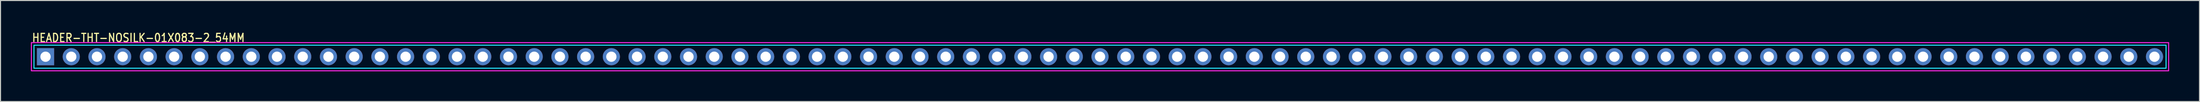
<source format=kicad_pcb>
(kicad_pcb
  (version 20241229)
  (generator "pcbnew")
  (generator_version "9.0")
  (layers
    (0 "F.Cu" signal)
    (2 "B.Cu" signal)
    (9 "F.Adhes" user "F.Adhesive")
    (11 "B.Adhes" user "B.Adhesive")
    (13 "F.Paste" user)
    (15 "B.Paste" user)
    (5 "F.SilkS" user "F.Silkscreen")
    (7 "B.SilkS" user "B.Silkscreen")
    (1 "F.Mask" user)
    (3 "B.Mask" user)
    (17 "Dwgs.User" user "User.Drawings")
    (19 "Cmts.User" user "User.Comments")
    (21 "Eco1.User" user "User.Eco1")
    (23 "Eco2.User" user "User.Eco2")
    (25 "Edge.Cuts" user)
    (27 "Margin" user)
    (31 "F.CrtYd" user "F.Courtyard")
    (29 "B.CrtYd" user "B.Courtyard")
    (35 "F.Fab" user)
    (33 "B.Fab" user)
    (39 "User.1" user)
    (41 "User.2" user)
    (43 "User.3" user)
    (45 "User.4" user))
  (footprint "HEADER-THT-NOSILK-01X083-2_54MM"
    (layer "F.Cu")
    (at 1.447 2.579)
    (property "Reference" "HEADER-THT-NOSILK-01X083-2_54MM" (at -1.4 -1.4 0) (unlocked yes) (layer "F.SilkS") (effects (font (size 0.813 0.695) (thickness 0.122)) (justify left bottom)))
    (fp_poly (pts (xy -1.143 -1.143) (xy 209.423 -1.143) (xy 209.423 1.143) (xy -1.143 1.143)) (stroke (width 0.1) (type solid)) (fill no) (layer "B.CrtYd"))
    (fp_poly (pts (xy -1.397 -1.397) (xy 209.677 -1.397) (xy 209.677 1.397) (xy -1.397 1.397)) (stroke (width 0.1) (type solid)) (fill no) (layer "F.CrtYd"))
    (pad "1" thru_hole rect (at 0 0) (size 1.693 1.693) (drill 1.016) (layers "*.Cu" "*.Mask"))
    (pad "2" thru_hole oval (at 2.54 0) (size 1.693 1.693) (drill 1.016) (layers "*.Cu" "*.Mask"))
    (pad "3" thru_hole oval (at 5.08 0) (size 1.693 1.693) (drill 1.016) (layers "*.Cu" "*.Mask"))
    (pad "4" thru_hole oval (at 7.62 0) (size 1.693 1.693) (drill 1.016) (layers "*.Cu" "*.Mask"))
    (pad "5" thru_hole oval (at 10.16 0) (size 1.693 1.693) (drill 1.016) (layers "*.Cu" "*.Mask"))
    (pad "6" thru_hole oval (at 12.7 0) (size 1.693 1.693) (drill 1.016) (layers "*.Cu" "*.Mask"))
    (pad "7" thru_hole oval (at 15.24 0) (size 1.693 1.693) (drill 1.016) (layers "*.Cu" "*.Mask"))
    (pad "8" thru_hole oval (at 17.78 0) (size 1.693 1.693) (drill 1.016) (layers "*.Cu" "*.Mask"))
    (pad "9" thru_hole oval (at 20.32 0) (size 1.693 1.693) (drill 1.016) (layers "*.Cu" "*.Mask"))
    (pad "10" thru_hole oval (at 22.86 0) (size 1.693 1.693) (drill 1.016) (layers "*.Cu" "*.Mask"))
    (pad "11" thru_hole oval (at 25.4 0) (size 1.693 1.693) (drill 1.016) (layers "*.Cu" "*.Mask"))
    (pad "12" thru_hole oval (at 27.94 0) (size 1.693 1.693) (drill 1.016) (layers "*.Cu" "*.Mask"))
    (pad "13" thru_hole oval (at 30.48 0) (size 1.693 1.693) (drill 1.016) (layers "*.Cu" "*.Mask"))
    (pad "14" thru_hole oval (at 33.02 0) (size 1.693 1.693) (drill 1.016) (layers "*.Cu" "*.Mask"))
    (pad "15" thru_hole oval (at 35.56 0) (size 1.693 1.693) (drill 1.016) (layers "*.Cu" "*.Mask"))
    (pad "16" thru_hole oval (at 38.1 0) (size 1.693 1.693) (drill 1.016) (layers "*.Cu" "*.Mask"))
    (pad "17" thru_hole oval (at 40.64 0) (size 1.693 1.693) (drill 1.016) (layers "*.Cu" "*.Mask"))
    (pad "18" thru_hole oval (at 43.18 0) (size 1.693 1.693) (drill 1.016) (layers "*.Cu" "*.Mask"))
    (pad "19" thru_hole oval (at 45.72 0) (size 1.693 1.693) (drill 1.016) (layers "*.Cu" "*.Mask"))
    (pad "20" thru_hole oval (at 48.26 0) (size 1.693 1.693) (drill 1.016) (layers "*.Cu" "*.Mask"))
    (pad "21" thru_hole oval (at 50.8 0) (size 1.693 1.693) (drill 1.016) (layers "*.Cu" "*.Mask"))
    (pad "22" thru_hole oval (at 53.34 0) (size 1.693 1.693) (drill 1.016) (layers "*.Cu" "*.Mask"))
    (pad "23" thru_hole oval (at 55.88 0) (size 1.693 1.693) (drill 1.016) (layers "*.Cu" "*.Mask"))
    (pad "24" thru_hole oval (at 58.42 0) (size 1.693 1.693) (drill 1.016) (layers "*.Cu" "*.Mask"))
    (pad "25" thru_hole oval (at 60.96 0) (size 1.693 1.693) (drill 1.016) (layers "*.Cu" "*.Mask"))
    (pad "26" thru_hole oval (at 63.5 0) (size 1.693 1.693) (drill 1.016) (layers "*.Cu" "*.Mask"))
    (pad "27" thru_hole oval (at 66.04 0) (size 1.693 1.693) (drill 1.016) (layers "*.Cu" "*.Mask"))
    (pad "28" thru_hole oval (at 68.58 0) (size 1.693 1.693) (drill 1.016) (layers "*.Cu" "*.Mask"))
    (pad "29" thru_hole oval (at 71.12 0) (size 1.693 1.693) (drill 1.016) (layers "*.Cu" "*.Mask"))
    (pad "30" thru_hole oval (at 73.66 0) (size 1.693 1.693) (drill 1.016) (layers "*.Cu" "*.Mask"))
    (pad "31" thru_hole oval (at 76.2 0) (size 1.693 1.693) (drill 1.016) (layers "*.Cu" "*.Mask"))
    (pad "32" thru_hole oval (at 78.74 0) (size 1.693 1.693) (drill 1.016) (layers "*.Cu" "*.Mask"))
    (pad "33" thru_hole oval (at 81.28 0) (size 1.693 1.693) (drill 1.016) (layers "*.Cu" "*.Mask"))
    (pad "34" thru_hole oval (at 83.82 0) (size 1.693 1.693) (drill 1.016) (layers "*.Cu" "*.Mask"))
    (pad "35" thru_hole oval (at 86.36 0) (size 1.693 1.693) (drill 1.016) (layers "*.Cu" "*.Mask"))
    (pad "36" thru_hole oval (at 88.9 0) (size 1.693 1.693) (drill 1.016) (layers "*.Cu" "*.Mask"))
    (pad "37" thru_hole oval (at 91.44 0) (size 1.693 1.693) (drill 1.016) (layers "*.Cu" "*.Mask"))
    (pad "38" thru_hole oval (at 93.98 0) (size 1.693 1.693) (drill 1.016) (layers "*.Cu" "*.Mask"))
    (pad "39" thru_hole oval (at 96.52 0) (size 1.693 1.693) (drill 1.016) (layers "*.Cu" "*.Mask"))
    (pad "40" thru_hole oval (at 99.06 0) (size 1.693 1.693) (drill 1.016) (layers "*.Cu" "*.Mask"))
    (pad "41" thru_hole oval (at 101.6 0) (size 1.693 1.693) (drill 1.016) (layers "*.Cu" "*.Mask"))
    (pad "42" thru_hole oval (at 104.14 0) (size 1.693 1.693) (drill 1.016) (layers "*.Cu" "*.Mask"))
    (pad "43" thru_hole oval (at 106.68 0) (size 1.693 1.693) (drill 1.016) (layers "*.Cu" "*.Mask"))
    (pad "44" thru_hole oval (at 109.22 0) (size 1.693 1.693) (drill 1.016) (layers "*.Cu" "*.Mask"))
    (pad "45" thru_hole oval (at 111.76 0) (size 1.693 1.693) (drill 1.016) (layers "*.Cu" "*.Mask"))
    (pad "46" thru_hole oval (at 114.3 0) (size 1.693 1.693) (drill 1.016) (layers "*.Cu" "*.Mask"))
    (pad "47" thru_hole oval (at 116.84 0) (size 1.693 1.693) (drill 1.016) (layers "*.Cu" "*.Mask"))
    (pad "48" thru_hole oval (at 119.38 0) (size 1.693 1.693) (drill 1.016) (layers "*.Cu" "*.Mask"))
    (pad "49" thru_hole oval (at 121.92 0) (size 1.693 1.693) (drill 1.016) (layers "*.Cu" "*.Mask"))
    (pad "50" thru_hole oval (at 124.46 0) (size 1.693 1.693) (drill 1.016) (layers "*.Cu" "*.Mask"))
    (pad "51" thru_hole oval (at 127 0) (size 1.693 1.693) (drill 1.016) (layers "*.Cu" "*.Mask"))
    (pad "52" thru_hole oval (at 129.54 0) (size 1.693 1.693) (drill 1.016) (layers "*.Cu" "*.Mask"))
    (pad "53" thru_hole oval (at 132.08 0) (size 1.693 1.693) (drill 1.016) (layers "*.Cu" "*.Mask"))
    (pad "54" thru_hole oval (at 134.62 0) (size 1.693 1.693) (drill 1.016) (layers "*.Cu" "*.Mask"))
    (pad "55" thru_hole oval (at 137.16 0) (size 1.693 1.693) (drill 1.016) (layers "*.Cu" "*.Mask"))
    (pad "56" thru_hole oval (at 139.7 0) (size 1.693 1.693) (drill 1.016) (layers "*.Cu" "*.Mask"))
    (pad "57" thru_hole oval (at 142.24 0) (size 1.693 1.693) (drill 1.016) (layers "*.Cu" "*.Mask"))
    (pad "58" thru_hole oval (at 144.78 0) (size 1.693 1.693) (drill 1.016) (layers "*.Cu" "*.Mask"))
    (pad "59" thru_hole oval (at 147.32 0) (size 1.693 1.693) (drill 1.016) (layers "*.Cu" "*.Mask"))
    (pad "60" thru_hole oval (at 149.86 0) (size 1.693 1.693) (drill 1.016) (layers "*.Cu" "*.Mask"))
    (pad "61" thru_hole oval (at 152.4 0) (size 1.693 1.693) (drill 1.016) (layers "*.Cu" "*.Mask"))
    (pad "62" thru_hole oval (at 154.94 0) (size 1.693 1.693) (drill 1.016) (layers "*.Cu" "*.Mask"))
    (pad "63" thru_hole oval (at 157.48 0) (size 1.693 1.693) (drill 1.016) (layers "*.Cu" "*.Mask"))
    (pad "64" thru_hole oval (at 160.02 0) (size 1.693 1.693) (drill 1.016) (layers "*.Cu" "*.Mask"))
    (pad "65" thru_hole oval (at 162.56 0) (size 1.693 1.693) (drill 1.016) (layers "*.Cu" "*.Mask"))
    (pad "66" thru_hole oval (at 165.1 0) (size 1.693 1.693) (drill 1.016) (layers "*.Cu" "*.Mask"))
    (pad "67" thru_hole oval (at 167.64 0) (size 1.693 1.693) (drill 1.016) (layers "*.Cu" "*.Mask"))
    (pad "68" thru_hole oval (at 170.18 0) (size 1.693 1.693) (drill 1.016) (layers "*.Cu" "*.Mask"))
    (pad "69" thru_hole oval (at 172.72 0) (size 1.693 1.693) (drill 1.016) (layers "*.Cu" "*.Mask"))
    (pad "70" thru_hole oval (at 175.26 0) (size 1.693 1.693) (drill 1.016) (layers "*.Cu" "*.Mask"))
    (pad "71" thru_hole oval (at 177.8 0) (size 1.693 1.693) (drill 1.016) (layers "*.Cu" "*.Mask"))
    (pad "72" thru_hole oval (at 180.34 0) (size 1.693 1.693) (drill 1.016) (layers "*.Cu" "*.Mask"))
    (pad "73" thru_hole oval (at 182.88 0) (size 1.693 1.693) (drill 1.016) (layers "*.Cu" "*.Mask"))
    (pad "74" thru_hole oval (at 185.42 0) (size 1.693 1.693) (drill 1.016) (layers "*.Cu" "*.Mask"))
    (pad "75" thru_hole oval (at 187.96 0) (size 1.693 1.693) (drill 1.016) (layers "*.Cu" "*.Mask"))
    (pad "76" thru_hole oval (at 190.5 0) (size 1.693 1.693) (drill 1.016) (layers "*.Cu" "*.Mask"))
    (pad "77" thru_hole oval (at 193.04 0) (size 1.693 1.693) (drill 1.016) (layers "*.Cu" "*.Mask"))
    (pad "78" thru_hole oval (at 195.58 0) (size 1.693 1.693) (drill 1.016) (layers "*.Cu" "*.Mask"))
    (pad "79" thru_hole oval (at 198.12 0) (size 1.693 1.693) (drill 1.016) (layers "*.Cu" "*.Mask"))
    (pad "80" thru_hole oval (at 200.66 0) (size 1.693 1.693) (drill 1.016) (layers "*.Cu" "*.Mask"))
    (pad "81" thru_hole oval (at 203.2 0) (size 1.693 1.693) (drill 1.016) (layers "*.Cu" "*.Mask"))
    (pad "82" thru_hole oval (at 205.74 0) (size 1.693 1.693) (drill 1.016) (layers "*.Cu" "*.Mask"))
    (pad "83" thru_hole oval (at 208.28 0) (size 1.693 1.693) (drill 1.016) (layers "*.Cu" "*.Mask")))
  (gr_rect
    (start -3 -3)
    (end 214.174 7.026)
    (stroke (width 0.1) (type default))
    (fill no)
    (layer "Edge.Cuts")))
</source>
